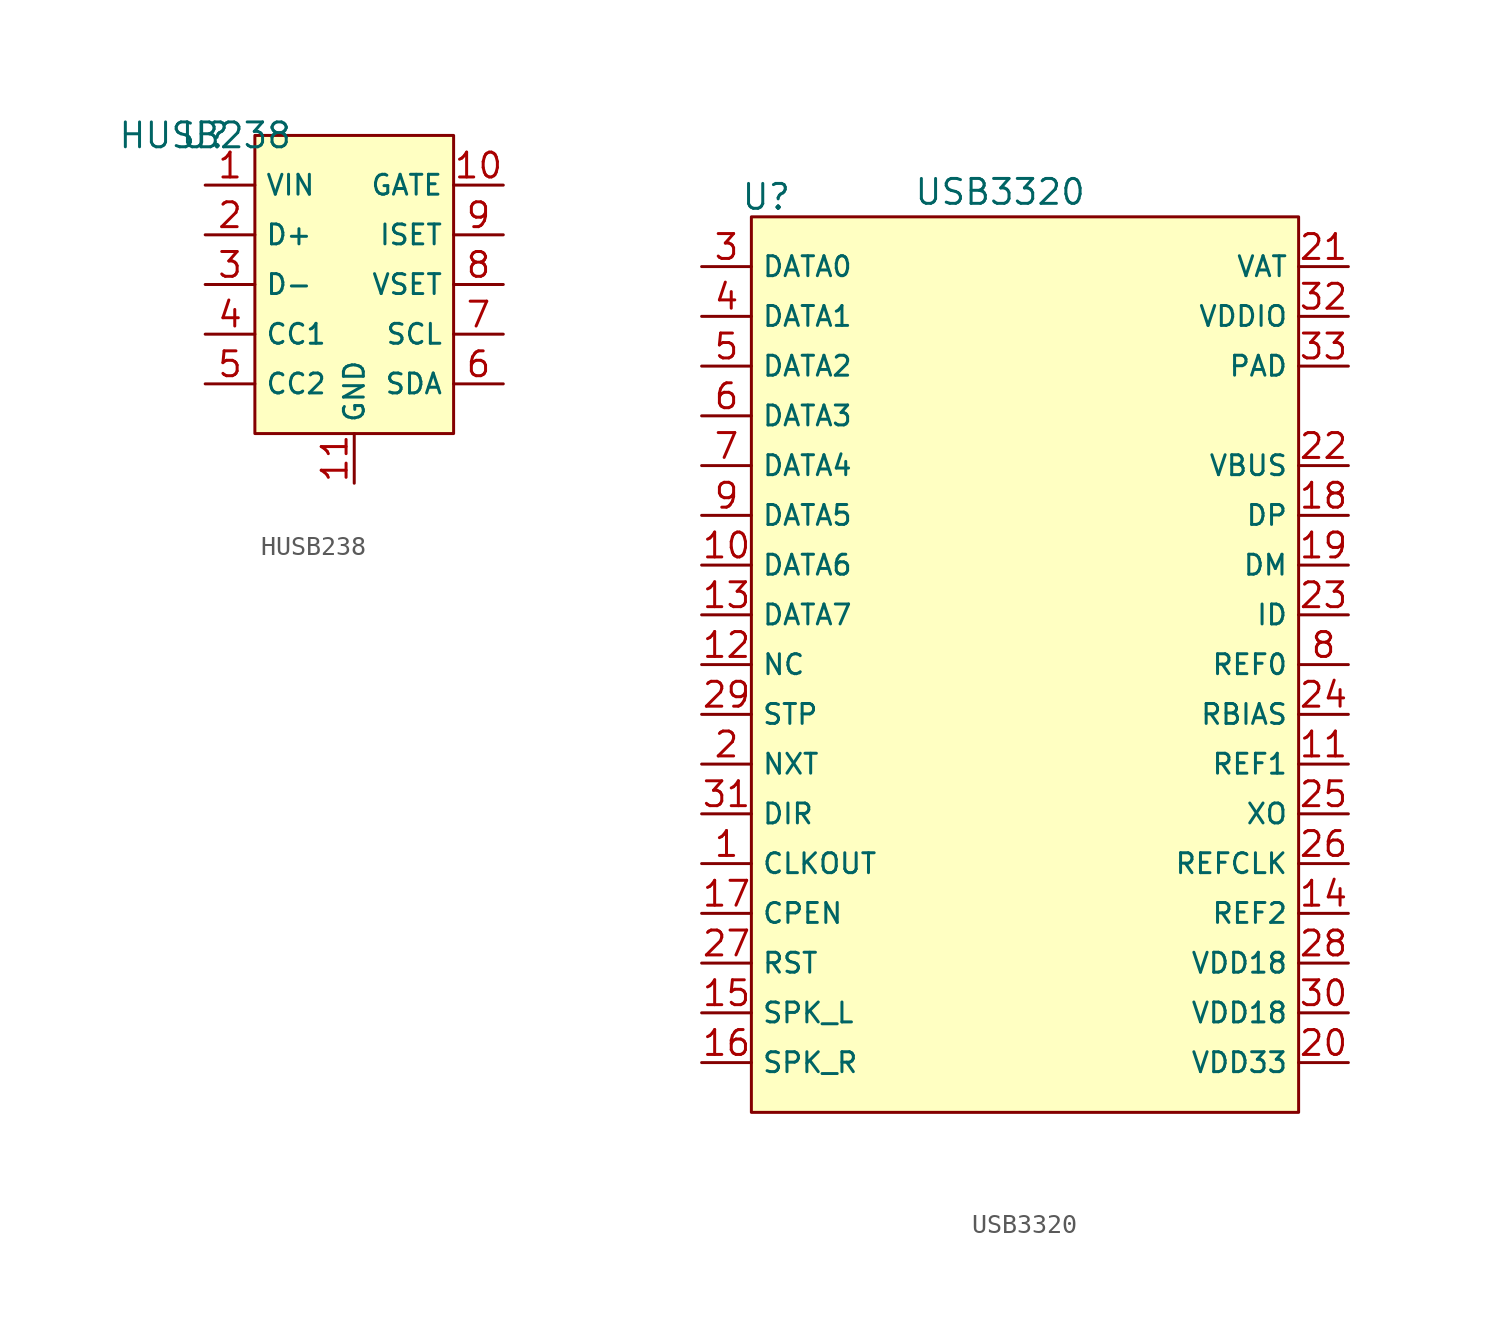
<source format=kicad_sym>
(kicad_symbol_lib
  (version 20231120)
  (generator "kicad_symbol_editor")
  (generator_version "8.0")
  (symbol "HUSB238"
    (property "Reference" "U"
      (at 0 0 0)
      (effects (font (size 1.27 1.27))))
    (property "Value" "HUSB238"
      (at 0 0 0)
      (effects (font (size 1.27 1.27))))
    (symbol "HUSB238_0_1"
      (rectangle (start 2.54 0) (end 12.7 -15.24) (stroke (width 0) (type default)) (fill (type background))))
    (symbol "HUSB238_1_1"
      (pin passive line (at 0 -2.54 0) (length 2.54) (name "VIN" (effects (font (size 1.016 1.016)))) (number "1" (effects (font (size 1.27 1.27)))))
      (pin passive line (at 15.24 -2.54 180) (length 2.54) (name "GATE" (effects (font (size 1.016 1.016)))) (number "10" (effects (font (size 1.27 1.27)))))
      (pin passive line (at 7.62 -17.78 90) (length 2.54) (name "GND" (effects (font (size 1.016 1.016)))) (number "11" (effects (font (size 1.27 1.27)))))
      (pin passive line (at 0 -5.08 0) (length 2.54) (name "D+" (effects (font (size 1.016 1.016)))) (number "2" (effects (font (size 1.27 1.27)))))
      (pin passive line (at 0 -7.62 0) (length 2.54) (name "D-" (effects (font (size 1.016 1.016)))) (number "3" (effects (font (size 1.27 1.27)))))
      (pin passive line (at 0 -10.16 0) (length 2.54) (name "CC1" (effects (font (size 1.016 1.016)))) (number "4" (effects (font (size 1.27 1.27)))))
      (pin passive line (at 0 -12.7 0) (length 2.54) (name "CC2" (effects (font (size 1.016 1.016)))) (number "5" (effects (font (size 1.27 1.27)))))
      (pin passive line (at 15.24 -12.7 180) (length 2.54) (name "SDA" (effects (font (size 1.016 1.016)))) (number "6" (effects (font (size 1.27 1.27)))))
      (pin passive line (at 15.24 -10.16 180) (length 2.54) (name "SCL" (effects (font (size 1.016 1.016)))) (number "7" (effects (font (size 1.27 1.27)))))
      (pin passive line (at 15.24 -7.62 180) (length 2.54) (name "VSET" (effects (font (size 1.016 1.016)))) (number "8" (effects (font (size 1.27 1.27)))))
      (pin passive line (at 15.24 -5.08 180) (length 2.54) (name "ISET" (effects (font (size 1.016 1.016)))) (number "9" (effects (font (size 1.27 1.27)))))))
  (symbol "USB3320"
    (property "Reference" "U"
      (at 3.302 1.016 0)
      (effects (font (size 1.27 1.27))))
    (property "Value" "USB3320"
      (at 15.24 1.27 0)
      (effects (font (size 1.27 1.27))))
    (symbol "USB3320_0_1"
      (rectangle (start 2.54 0) (end 30.48 -45.72) (stroke (width 0) (type default)) (fill (type background))))
    (symbol "USB3320_1_1"
      (pin passive line (at 0 -33.02 0) (length 2.54) (name "CLKOUT" (effects (font (size 1.016 1.016)))) (number "1" (effects (font (size 1.27 1.27)))))
      (pin passive line (at 0 -17.78 0) (length 2.54) (name "DATA6" (effects (font (size 1.016 1.016)))) (number "10" (effects (font (size 1.27 1.27)))))
      (pin passive line (at 33.02 -27.94 180) (length 2.54) (name "REF1" (effects (font (size 1.016 1.016)))) (number "11" (effects (font (size 1.27 1.27)))))
      (pin passive line (at 0 -22.86 0) (length 2.54) (name "NC" (effects (font (size 1.016 1.016)))) (number "12" (effects (font (size 1.27 1.27)))))
      (pin passive line (at 0 -20.32 0) (length 2.54) (name "DATA7" (effects (font (size 1.016 1.016)))) (number "13" (effects (font (size 1.27 1.27)))))
      (pin passive line (at 33.02 -35.56 180) (length 2.54) (name "REF2" (effects (font (size 1.016 1.016)))) (number "14" (effects (font (size 1.27 1.27)))))
      (pin passive line (at 0 -40.64 0) (length 2.54) (name "SPK_L" (effects (font (size 1.016 1.016)))) (number "15" (effects (font (size 1.27 1.27)))))
      (pin passive line (at 0 -43.18 0) (length 2.54) (name "SPK_R" (effects (font (size 1.016 1.016)))) (number "16" (effects (font (size 1.27 1.27)))))
      (pin passive line (at 0 -35.56 0) (length 2.54) (name "CPEN" (effects (font (size 1.016 1.016)))) (number "17" (effects (font (size 1.27 1.27)))))
      (pin passive line (at 33.02 -15.24 180) (length 2.54) (name "DP" (effects (font (size 1.016 1.016)))) (number "18" (effects (font (size 1.27 1.27)))))
      (pin passive line (at 33.02 -17.78 180) (length 2.54) (name "DM" (effects (font (size 1.016 1.016)))) (number "19" (effects (font (size 1.27 1.27)))))
      (pin passive line (at 0 -27.94 0) (length 2.54) (name "NXT" (effects (font (size 1.016 1.016)))) (number "2" (effects (font (size 1.27 1.27)))))
      (pin passive line (at 33.02 -43.18 180) (length 2.54) (name "VDD33" (effects (font (size 1.016 1.016)))) (number "20" (effects (font (size 1.27 1.27)))))
      (pin passive line (at 33.02 -2.54 180) (length 2.54) (name "VAT" (effects (font (size 1.016 1.016)))) (number "21" (effects (font (size 1.27 1.27)))))
      (pin passive line (at 33.02 -12.7 180) (length 2.54) (name "VBUS" (effects (font (size 1.016 1.016)))) (number "22" (effects (font (size 1.27 1.27)))))
      (pin passive line (at 33.02 -20.32 180) (length 2.54) (name "ID" (effects (font (size 1.016 1.016)))) (number "23" (effects (font (size 1.27 1.27)))))
      (pin passive line (at 33.02 -25.4 180) (length 2.54) (name "RBIAS" (effects (font (size 1.016 1.016)))) (number "24" (effects (font (size 1.27 1.27)))))
      (pin passive line (at 33.02 -30.48 180) (length 2.54) (name "XO" (effects (font (size 1.016 1.016)))) (number "25" (effects (font (size 1.27 1.27)))))
      (pin passive line (at 33.02 -33.02 180) (length 2.54) (name "REFCLK" (effects (font (size 1.016 1.016)))) (number "26" (effects (font (size 1.27 1.27)))))
      (pin passive line (at 0 -38.1 0) (length 2.54) (name "RST" (effects (font (size 1.016 1.016)))) (number "27" (effects (font (size 1.27 1.27)))))
      (pin passive line (at 33.02 -38.1 180) (length 2.54) (name "VDD18" (effects (font (size 1.016 1.016)))) (number "28" (effects (font (size 1.27 1.27)))))
      (pin passive line (at 0 -25.4 0) (length 2.54) (name "STP" (effects (font (size 1.016 1.016)))) (number "29" (effects (font (size 1.27 1.27)))))
      (pin passive line (at 0 -2.54 0) (length 2.54) (name "DATA0" (effects (font (size 1.016 1.016)))) (number "3" (effects (font (size 1.27 1.27)))))
      (pin passive line (at 33.02 -40.64 180) (length 2.54) (name "VDD18" (effects (font (size 1.016 1.016)))) (number "30" (effects (font (size 1.27 1.27)))))
      (pin passive line (at 0 -30.48 0) (length 2.54) (name "DIR" (effects (font (size 1.016 1.016)))) (number "31" (effects (font (size 1.27 1.27)))))
      (pin passive line (at 33.02 -5.08 180) (length 2.54) (name "VDDIO" (effects (font (size 1.016 1.016)))) (number "32" (effects (font (size 1.27 1.27)))))
      (pin passive line (at 33.02 -7.62 180) (length 2.54) (name "PAD" (effects (font (size 1.016 1.016)))) (number "33" (effects (font (size 1.27 1.27)))))
      (pin passive line (at 0 -5.08 0) (length 2.54) (name "DATA1" (effects (font (size 1.016 1.016)))) (number "4" (effects (font (size 1.27 1.27)))))
      (pin passive line (at 0 -7.62 0) (length 2.54) (name "DATA2" (effects (font (size 1.016 1.016)))) (number "5" (effects (font (size 1.27 1.27)))))
      (pin passive line (at 0 -10.16 0) (length 2.54) (name "DATA3" (effects (font (size 1.016 1.016)))) (number "6" (effects (font (size 1.27 1.27)))))
      (pin passive line (at 0 -12.7 0) (length 2.54) (name "DATA4" (effects (font (size 1.016 1.016)))) (number "7" (effects (font (size 1.27 1.27)))))
      (pin passive line (at 33.02 -22.86 180) (length 2.54) (name "REF0" (effects (font (size 1.016 1.016)))) (number "8" (effects (font (size 1.27 1.27)))))
      (pin passive line (at 0 -15.24 0) (length 2.54) (name "DATA5" (effects (font (size 1.016 1.016)))) (number "9" (effects (font (size 1.27 1.27))))))))
</source>
